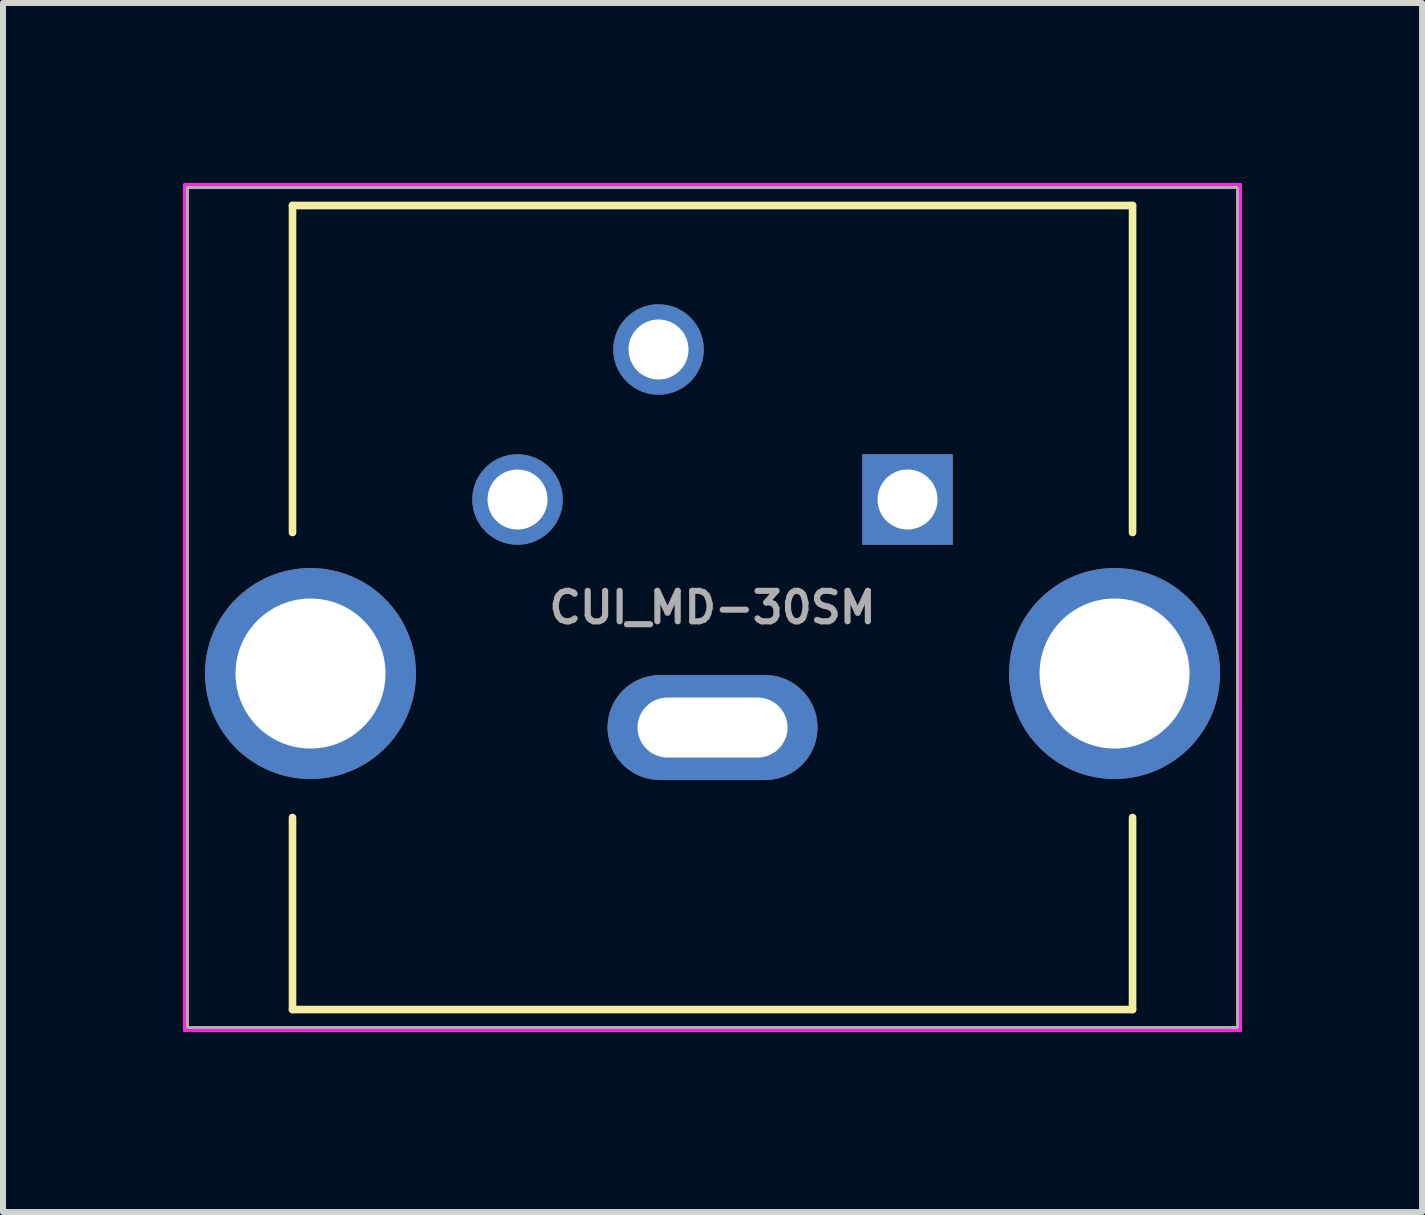
<source format=kicad_pcb>
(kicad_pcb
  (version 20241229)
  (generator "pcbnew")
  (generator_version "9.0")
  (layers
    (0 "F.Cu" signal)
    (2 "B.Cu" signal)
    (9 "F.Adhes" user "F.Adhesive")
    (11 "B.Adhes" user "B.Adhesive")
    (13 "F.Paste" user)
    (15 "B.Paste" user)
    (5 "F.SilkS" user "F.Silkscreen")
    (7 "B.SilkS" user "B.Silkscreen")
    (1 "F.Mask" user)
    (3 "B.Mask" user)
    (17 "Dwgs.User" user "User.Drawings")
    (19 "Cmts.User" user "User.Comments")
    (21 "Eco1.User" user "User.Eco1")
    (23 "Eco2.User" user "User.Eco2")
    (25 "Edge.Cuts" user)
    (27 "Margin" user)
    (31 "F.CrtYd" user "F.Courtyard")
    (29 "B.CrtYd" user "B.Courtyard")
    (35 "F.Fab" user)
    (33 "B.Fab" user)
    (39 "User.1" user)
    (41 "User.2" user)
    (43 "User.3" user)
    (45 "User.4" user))
  (footprint "CUI_MD-30SM"
    (layer "F.Cu")
    (at 8.825 7.075)
    (property "Reference" "CUI_MD-30SM" (at 0 0 0) (layer "F.Fab") (effects (font (size 0.508 0.508) (thickness 0.102))))
    (attr through_hole)
    (fp_line (start -7 -6.7) (end -7 -1.25) (stroke (width 0.127) (type solid)) (layer "F.SilkS"))
    (fp_line (start -7 -6.7) (end 7 -6.7) (stroke (width 0.127) (type solid)) (layer "F.SilkS"))
    (fp_line (start -7 6.7) (end -7 3.5) (stroke (width 0.127) (type solid)) (layer "F.SilkS"))
    (fp_line (start 7 -6.7) (end 7 -1.25) (stroke (width 0.127) (type solid)) (layer "F.SilkS"))
    (fp_line (start 7 6.7) (end -7 6.7) (stroke (width 0.127) (type solid)) (layer "F.SilkS"))
    (fp_line (start 7 6.7) (end 7 3.5) (stroke (width 0.127) (type solid)) (layer "F.SilkS"))
    (fp_rect (start -8.8 -7.05) (end 8.8 7.05) (stroke (width 0.05) (type solid)) (fill no) (layer "F.CrtYd"))
    (fp_rect (start -8.75 -7) (end 8.75 7) (stroke (width 0.051) (type solid)) (fill no) (layer "F.Fab"))
    (pad "1" thru_hole rect (at 3.25 -1.8) (size 1.508 1.508) (drill 1) (layers "*.Cu" "*.Mask"))
    (pad "2" thru_hole circle (at -3.25 -1.8) (size 1.508 1.508) (drill 1) (layers "*.Cu" "*.Mask"))
    (pad "3" thru_hole circle (at -0.9 -4.3) (size 1.508 1.508) (drill 1) (layers "*.Cu" "*.Mask"))
    (pad "S1" thru_hole circle (at 6.7 1.1) (size 3.516 3.516) (drill 2.5) (layers "*.Cu" "*.Mask"))
    (pad "S2" thru_hole circle (at -6.7 1.1) (size 3.516 3.516) (drill 2.5) (layers "*.Cu" "*.Mask"))
    (pad "S3" thru_hole oval (at 0 2) (size 3.5 1.75) (drill oval 2.5 1) (layers "*.Cu" "*.Mask")))
  (gr_rect
    (start -3 -3)
    (end 20.65 17.15)
    (stroke (width 0.1) (type default))
    (fill no)
    (layer "Edge.Cuts")))
</source>
